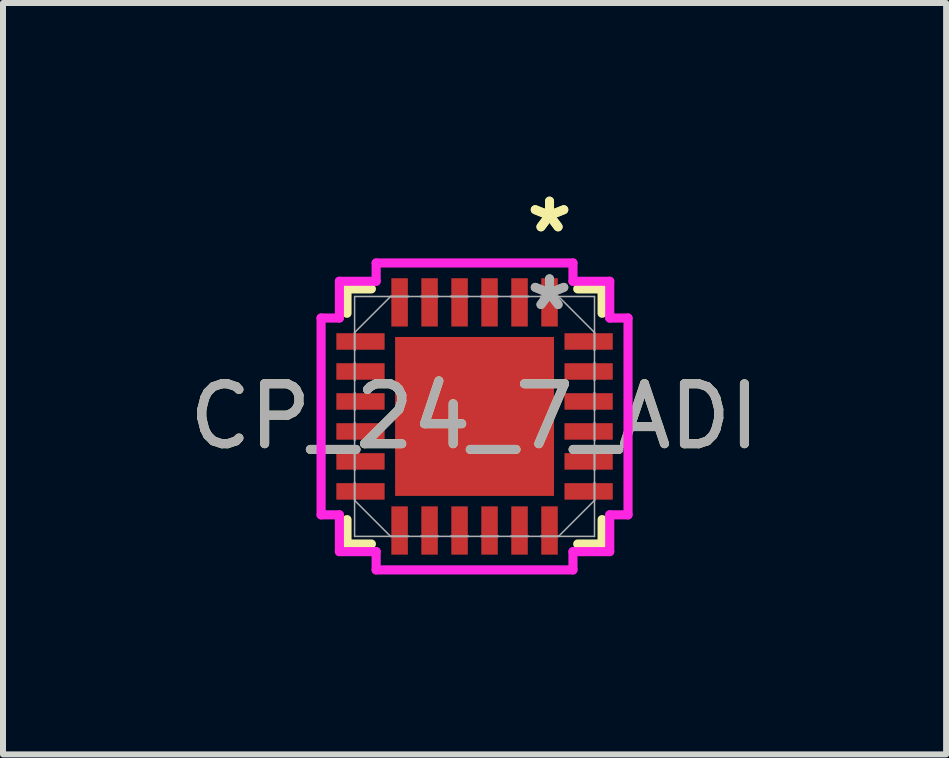
<source format=kicad_pcb>
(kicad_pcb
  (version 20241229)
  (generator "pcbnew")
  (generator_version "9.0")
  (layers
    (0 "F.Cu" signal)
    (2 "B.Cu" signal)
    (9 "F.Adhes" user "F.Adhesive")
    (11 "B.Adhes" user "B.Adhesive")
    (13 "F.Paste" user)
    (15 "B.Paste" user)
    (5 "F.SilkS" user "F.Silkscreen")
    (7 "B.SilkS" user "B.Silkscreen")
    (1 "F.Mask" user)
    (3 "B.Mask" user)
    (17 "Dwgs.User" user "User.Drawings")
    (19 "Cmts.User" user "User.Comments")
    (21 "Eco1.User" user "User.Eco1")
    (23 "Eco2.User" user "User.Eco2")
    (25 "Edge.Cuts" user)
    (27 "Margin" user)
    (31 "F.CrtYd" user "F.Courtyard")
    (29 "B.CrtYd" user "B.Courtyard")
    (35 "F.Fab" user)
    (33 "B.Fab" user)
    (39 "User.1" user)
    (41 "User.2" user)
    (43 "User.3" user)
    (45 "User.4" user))
  (footprint "CP_24_7_ADI"
    (layer "F.Cu")
    (at 4.863 3.894)
    (property "Reference" "CP_24_7_ADI" (at 0 0 0) (unlocked yes) (layer "F.SilkS") (effects (font (size 1 1) (thickness 0.15))))
    (attr smd)
    (fp_line (start -2.127 -2.127) (end -2.127 -1.72) (stroke (width 0.152) (type solid)) (layer "F.SilkS"))
    (fp_line (start -2.127 1.72) (end -2.127 2.127) (stroke (width 0.152) (type solid)) (layer "F.SilkS"))
    (fp_line (start -2.127 2.127) (end -1.72 2.127) (stroke (width 0.152) (type solid)) (layer "F.SilkS"))
    (fp_line (start -1.72 -2.127) (end -2.127 -2.127) (stroke (width 0.152) (type solid)) (layer "F.SilkS"))
    (fp_line (start 1.72 2.127) (end 2.127 2.127) (stroke (width 0.152) (type solid)) (layer "F.SilkS"))
    (fp_line (start 2.127 -2.127) (end 1.72 -2.127) (stroke (width 0.152) (type solid)) (layer "F.SilkS"))
    (fp_line (start 2.127 -1.72) (end 2.127 -2.127) (stroke (width 0.152) (type solid)) (layer "F.SilkS"))
    (fp_line (start 2.127 2.127) (end 2.127 1.72) (stroke (width 0.152) (type solid)) (layer "F.SilkS"))
    (fp_poly (pts (xy -1.225 -1.225) (xy -1.225 -0.1) (xy -0.1 -0.1) (xy -0.1 -1.225)) (stroke (width 0) (type solid)) (fill yes) (layer "F.Paste"))
    (fp_poly (pts (xy -1.225 0.1) (xy -1.225 1.225) (xy -0.1 1.225) (xy -0.1 0.1)) (stroke (width 0) (type solid)) (fill yes) (layer "F.Paste"))
    (fp_poly (pts (xy 0.1 -1.225) (xy 0.1 -0.1) (xy 1.225 -0.1) (xy 1.225 -1.225)) (stroke (width 0) (type solid)) (fill yes) (layer "F.Paste"))
    (fp_poly (pts (xy 0.1 0.1) (xy 0.1 1.225) (xy 1.225 1.225) (xy 1.225 0.1)) (stroke (width 0) (type solid)) (fill yes) (layer "F.Paste"))
    (fp_line (start -2.559 -1.641) (end -2.254 -1.641) (stroke (width 0.152) (type solid)) (layer "F.CrtYd"))
    (fp_line (start -2.559 1.641) (end -2.559 -1.641) (stroke (width 0.152) (type solid)) (layer "F.CrtYd"))
    (fp_line (start -2.254 -2.254) (end -1.641 -2.254) (stroke (width 0.152) (type solid)) (layer "F.CrtYd"))
    (fp_line (start -2.254 -1.641) (end -2.254 -2.254) (stroke (width 0.152) (type solid)) (layer "F.CrtYd"))
    (fp_line (start -2.254 1.641) (end -2.559 1.641) (stroke (width 0.152) (type solid)) (layer "F.CrtYd"))
    (fp_line (start -2.254 2.254) (end -2.254 1.641) (stroke (width 0.152) (type solid)) (layer "F.CrtYd"))
    (fp_line (start -1.641 -2.559) (end 1.641 -2.559) (stroke (width 0.152) (type solid)) (layer "F.CrtYd"))
    (fp_line (start -1.641 -2.254) (end -1.641 -2.559) (stroke (width 0.152) (type solid)) (layer "F.CrtYd"))
    (fp_line (start -1.641 2.254) (end -2.254 2.254) (stroke (width 0.152) (type solid)) (layer "F.CrtYd"))
    (fp_line (start -1.641 2.559) (end -1.641 2.254) (stroke (width 0.152) (type solid)) (layer "F.CrtYd"))
    (fp_line (start 1.641 -2.559) (end 1.641 -2.254) (stroke (width 0.152) (type solid)) (layer "F.CrtYd"))
    (fp_line (start 1.641 -2.254) (end 2.254 -2.254) (stroke (width 0.152) (type solid)) (layer "F.CrtYd"))
    (fp_line (start 1.641 2.254) (end 1.641 2.559) (stroke (width 0.152) (type solid)) (layer "F.CrtYd"))
    (fp_line (start 1.641 2.559) (end -1.641 2.559) (stroke (width 0.152) (type solid)) (layer "F.CrtYd"))
    (fp_line (start 2.254 -2.254) (end 2.254 -1.641) (stroke (width 0.152) (type solid)) (layer "F.CrtYd"))
    (fp_line (start 2.254 -1.641) (end 2.559 -1.641) (stroke (width 0.152) (type solid)) (layer "F.CrtYd"))
    (fp_line (start 2.254 1.641) (end 2.254 2.254) (stroke (width 0.152) (type solid)) (layer "F.CrtYd"))
    (fp_line (start 2.254 2.254) (end 1.641 2.254) (stroke (width 0.152) (type solid)) (layer "F.CrtYd"))
    (fp_line (start 2.559 -1.641) (end 2.559 1.641) (stroke (width 0.152) (type solid)) (layer "F.CrtYd"))
    (fp_line (start 2.559 1.641) (end 2.254 1.641) (stroke (width 0.152) (type solid)) (layer "F.CrtYd"))
    (fp_line (start -2 -2) (end -2 2) (stroke (width 0.025) (type solid)) (layer "F.Fab"))
    (fp_line (start -2 -1.4) (end -2 -1.4) (stroke (width 0.025) (type solid)) (layer "F.Fab"))
    (fp_line (start -2 -1.4) (end -2 -1.1) (stroke (width 0.025) (type solid)) (layer "F.Fab"))
    (fp_line (start -2 -1.4) (end -1.4 -2) (stroke (width 0.025) (type solid)) (layer "F.Fab"))
    (fp_line (start -2 -1.1) (end -2 -1.4) (stroke (width 0.025) (type solid)) (layer "F.Fab"))
    (fp_line (start -2 -1.1) (end -2 -1.1) (stroke (width 0.025) (type solid)) (layer "F.Fab"))
    (fp_line (start -2 -0.9) (end -2 -0.9) (stroke (width 0.025) (type solid)) (layer "F.Fab"))
    (fp_line (start -2 -0.9) (end -2 -0.6) (stroke (width 0.025) (type solid)) (layer "F.Fab"))
    (fp_line (start -2 -0.6) (end -2 -0.9) (stroke (width 0.025) (type solid)) (layer "F.Fab"))
    (fp_line (start -2 -0.6) (end -2 -0.6) (stroke (width 0.025) (type solid)) (layer "F.Fab"))
    (fp_line (start -2 -0.4) (end -2 -0.4) (stroke (width 0.025) (type solid)) (layer "F.Fab"))
    (fp_line (start -2 -0.4) (end -2 -0.1) (stroke (width 0.025) (type solid)) (layer "F.Fab"))
    (fp_line (start -2 -0.1) (end -2 -0.4) (stroke (width 0.025) (type solid)) (layer "F.Fab"))
    (fp_line (start -2 -0.1) (end -2 -0.1) (stroke (width 0.025) (type solid)) (layer "F.Fab"))
    (fp_line (start -2 0.1) (end -2 0.1) (stroke (width 0.025) (type solid)) (layer "F.Fab"))
    (fp_line (start -2 0.1) (end -2 0.4) (stroke (width 0.025) (type solid)) (layer "F.Fab"))
    (fp_line (start -2 0.4) (end -2 0.1) (stroke (width 0.025) (type solid)) (layer "F.Fab"))
    (fp_line (start -2 0.4) (end -2 0.4) (stroke (width 0.025) (type solid)) (layer "F.Fab"))
    (fp_line (start -2 0.6) (end -2 0.6) (stroke (width 0.025) (type solid)) (layer "F.Fab"))
    (fp_line (start -2 0.6) (end -2 0.9) (stroke (width 0.025) (type solid)) (layer "F.Fab"))
    (fp_line (start -2 0.9) (end -2 0.6) (stroke (width 0.025) (type solid)) (layer "F.Fab"))
    (fp_line (start -2 0.9) (end -2 0.9) (stroke (width 0.025) (type solid)) (layer "F.Fab"))
    (fp_line (start -2 1.1) (end -2 1.1) (stroke (width 0.025) (type solid)) (layer "F.Fab"))
    (fp_line (start -2 1.1) (end -2 1.4) (stroke (width 0.025) (type solid)) (layer "F.Fab"))
    (fp_line (start -2 1.4) (end -2 1.1) (stroke (width 0.025) (type solid)) (layer "F.Fab"))
    (fp_line (start -2 1.4) (end -2 1.4) (stroke (width 0.025) (type solid)) (layer "F.Fab"))
    (fp_line (start -2 2) (end 2 2) (stroke (width 0.025) (type solid)) (layer "F.Fab"))
    (fp_line (start -1.4 -2) (end -1.4 -2) (stroke (width 0.025) (type solid)) (layer "F.Fab"))
    (fp_line (start -1.4 -2) (end -1.1 -2) (stroke (width 0.025) (type solid)) (layer "F.Fab"))
    (fp_line (start -1.4 2) (end -2 1.4) (stroke (width 0.025) (type solid)) (layer "F.Fab"))
    (fp_line (start -1.4 2) (end -1.4 2) (stroke (width 0.025) (type solid)) (layer "F.Fab"))
    (fp_line (start -1.4 2) (end -1.1 2) (stroke (width 0.025) (type solid)) (layer "F.Fab"))
    (fp_line (start -1.1 -2) (end -1.4 -2) (stroke (width 0.025) (type solid)) (layer "F.Fab"))
    (fp_line (start -1.1 -2) (end -1.1 -2) (stroke (width 0.025) (type solid)) (layer "F.Fab"))
    (fp_line (start -1.1 2) (end -1.4 2) (stroke (width 0.025) (type solid)) (layer "F.Fab"))
    (fp_line (start -1.1 2) (end -1.1 2) (stroke (width 0.025) (type solid)) (layer "F.Fab"))
    (fp_line (start -0.9 -2) (end -0.9 -2) (stroke (width 0.025) (type solid)) (layer "F.Fab"))
    (fp_line (start -0.9 -2) (end -0.6 -2) (stroke (width 0.025) (type solid)) (layer "F.Fab"))
    (fp_line (start -0.9 2) (end -0.9 2) (stroke (width 0.025) (type solid)) (layer "F.Fab"))
    (fp_line (start -0.9 2) (end -0.6 2) (stroke (width 0.025) (type solid)) (layer "F.Fab"))
    (fp_line (start -0.6 -2) (end -0.9 -2) (stroke (width 0.025) (type solid)) (layer "F.Fab"))
    (fp_line (start -0.6 -2) (end -0.6 -2) (stroke (width 0.025) (type solid)) (layer "F.Fab"))
    (fp_line (start -0.6 2) (end -0.9 2) (stroke (width 0.025) (type solid)) (layer "F.Fab"))
    (fp_line (start -0.6 2) (end -0.6 2) (stroke (width 0.025) (type solid)) (layer "F.Fab"))
    (fp_line (start -0.4 -2) (end -0.4 -2) (stroke (width 0.025) (type solid)) (layer "F.Fab"))
    (fp_line (start -0.4 -2) (end -0.1 -2) (stroke (width 0.025) (type solid)) (layer "F.Fab"))
    (fp_line (start -0.4 2) (end -0.4 2) (stroke (width 0.025) (type solid)) (layer "F.Fab"))
    (fp_line (start -0.4 2) (end -0.1 2) (stroke (width 0.025) (type solid)) (layer "F.Fab"))
    (fp_line (start -0.1 -2) (end -0.4 -2) (stroke (width 0.025) (type solid)) (layer "F.Fab"))
    (fp_line (start -0.1 -2) (end -0.1 -2) (stroke (width 0.025) (type solid)) (layer "F.Fab"))
    (fp_line (start -0.1 2) (end -0.4 2) (stroke (width 0.025) (type solid)) (layer "F.Fab"))
    (fp_line (start -0.1 2) (end -0.1 2) (stroke (width 0.025) (type solid)) (layer "F.Fab"))
    (fp_line (start 0.1 -2) (end 0.1 -2) (stroke (width 0.025) (type solid)) (layer "F.Fab"))
    (fp_line (start 0.1 -2) (end 0.4 -2) (stroke (width 0.025) (type solid)) (layer "F.Fab"))
    (fp_line (start 0.1 2) (end 0.1 2) (stroke (width 0.025) (type solid)) (layer "F.Fab"))
    (fp_line (start 0.1 2) (end 0.4 2) (stroke (width 0.025) (type solid)) (layer "F.Fab"))
    (fp_line (start 0.4 -2) (end 0.1 -2) (stroke (width 0.025) (type solid)) (layer "F.Fab"))
    (fp_line (start 0.4 -2) (end 0.4 -2) (stroke (width 0.025) (type solid)) (layer "F.Fab"))
    (fp_line (start 0.4 2) (end 0.1 2) (stroke (width 0.025) (type solid)) (layer "F.Fab"))
    (fp_line (start 0.4 2) (end 0.4 2) (stroke (width 0.025) (type solid)) (layer "F.Fab"))
    (fp_line (start 0.6 -2) (end 0.6 -2) (stroke (width 0.025) (type solid)) (layer "F.Fab"))
    (fp_line (start 0.6 -2) (end 0.9 -2) (stroke (width 0.025) (type solid)) (layer "F.Fab"))
    (fp_line (start 0.6 2) (end 0.6 2) (stroke (width 0.025) (type solid)) (layer "F.Fab"))
    (fp_line (start 0.6 2) (end 0.9 2) (stroke (width 0.025) (type solid)) (layer "F.Fab"))
    (fp_line (start 0.9 -2) (end 0.6 -2) (stroke (width 0.025) (type solid)) (layer "F.Fab"))
    (fp_line (start 0.9 -2) (end 0.9 -2) (stroke (width 0.025) (type solid)) (layer "F.Fab"))
    (fp_line (start 0.9 2) (end 0.6 2) (stroke (width 0.025) (type solid)) (layer "F.Fab"))
    (fp_line (start 0.9 2) (end 0.9 2) (stroke (width 0.025) (type solid)) (layer "F.Fab"))
    (fp_line (start 1.1 -2) (end 1.1 -2) (stroke (width 0.025) (type solid)) (layer "F.Fab"))
    (fp_line (start 1.1 -2) (end 1.4 -2) (stroke (width 0.025) (type solid)) (layer "F.Fab"))
    (fp_line (start 1.1 2) (end 1.1 2) (stroke (width 0.025) (type solid)) (layer "F.Fab"))
    (fp_line (start 1.1 2) (end 1.4 2) (stroke (width 0.025) (type solid)) (layer "F.Fab"))
    (fp_line (start 1.4 -2) (end 1.1 -2) (stroke (width 0.025) (type solid)) (layer "F.Fab"))
    (fp_line (start 1.4 -2) (end 1.4 -2) (stroke (width 0.025) (type solid)) (layer "F.Fab"))
    (fp_line (start 1.4 -2) (end 2 -1.4) (stroke (width 0.025) (type solid)) (layer "F.Fab"))
    (fp_line (start 1.4 2) (end 1.1 2) (stroke (width 0.025) (type solid)) (layer "F.Fab"))
    (fp_line (start 1.4 2) (end 1.4 2) (stroke (width 0.025) (type solid)) (layer "F.Fab"))
    (fp_line (start 1.4 2) (end 2 1.4) (stroke (width 0.025) (type solid)) (layer "F.Fab"))
    (fp_line (start 2 -2) (end -2 -2) (stroke (width 0.025) (type solid)) (layer "F.Fab"))
    (fp_line (start 2 -1.4) (end 2 -1.4) (stroke (width 0.025) (type solid)) (layer "F.Fab"))
    (fp_line (start 2 -1.4) (end 2 -1.1) (stroke (width 0.025) (type solid)) (layer "F.Fab"))
    (fp_line (start 2 -1.1) (end 2 -1.4) (stroke (width 0.025) (type solid)) (layer "F.Fab"))
    (fp_line (start 2 -1.1) (end 2 -1.1) (stroke (width 0.025) (type solid)) (layer "F.Fab"))
    (fp_line (start 2 -0.9) (end 2 -0.9) (stroke (width 0.025) (type solid)) (layer "F.Fab"))
    (fp_line (start 2 -0.9) (end 2 -0.6) (stroke (width 0.025) (type solid)) (layer "F.Fab"))
    (fp_line (start 2 -0.6) (end 2 -0.9) (stroke (width 0.025) (type solid)) (layer "F.Fab"))
    (fp_line (start 2 -0.6) (end 2 -0.6) (stroke (width 0.025) (type solid)) (layer "F.Fab"))
    (fp_line (start 2 -0.4) (end 2 -0.4) (stroke (width 0.025) (type solid)) (layer "F.Fab"))
    (fp_line (start 2 -0.4) (end 2 -0.1) (stroke (width 0.025) (type solid)) (layer "F.Fab"))
    (fp_line (start 2 -0.1) (end 2 -0.4) (stroke (width 0.025) (type solid)) (layer "F.Fab"))
    (fp_line (start 2 -0.1) (end 2 -0.1) (stroke (width 0.025) (type solid)) (layer "F.Fab"))
    (fp_line (start 2 0.1) (end 2 0.1) (stroke (width 0.025) (type solid)) (layer "F.Fab"))
    (fp_line (start 2 0.1) (end 2 0.4) (stroke (width 0.025) (type solid)) (layer "F.Fab"))
    (fp_line (start 2 0.4) (end 2 0.1) (stroke (width 0.025) (type solid)) (layer "F.Fab"))
    (fp_line (start 2 0.4) (end 2 0.4) (stroke (width 0.025) (type solid)) (layer "F.Fab"))
    (fp_line (start 2 0.6) (end 2 0.6) (stroke (width 0.025) (type solid)) (layer "F.Fab"))
    (fp_line (start 2 0.6) (end 2 0.9) (stroke (width 0.025) (type solid)) (layer "F.Fab"))
    (fp_line (start 2 0.9) (end 2 0.6) (stroke (width 0.025) (type solid)) (layer "F.Fab"))
    (fp_line (start 2 0.9) (end 2 0.9) (stroke (width 0.025) (type solid)) (layer "F.Fab"))
    (fp_line (start 2 1.1) (end 2 1.1) (stroke (width 0.025) (type solid)) (layer "F.Fab"))
    (fp_line (start 2 1.1) (end 2 1.4) (stroke (width 0.025) (type solid)) (layer "F.Fab"))
    (fp_line (start 2 1.4) (end 2 1.1) (stroke (width 0.025) (type solid)) (layer "F.Fab"))
    (fp_line (start 2 1.4) (end 2 1.4) (stroke (width 0.025) (type solid)) (layer "F.Fab"))
    (fp_line (start 2 2) (end 2 -2) (stroke (width 0.025) (type solid)) (layer "F.Fab"))
    (fp_text user "*" (at 1.25 -3.045 0) (unlocked yes) (layer "F.SilkS") (effects (font (size 1 1) (thickness 0.15))))
    (fp_text user "*" (at 1.25 -3.045 0) (layer "F.SilkS") (effects (font (size 1 1) (thickness 0.15))))
    (fp_text user "*" (at 1.25 -1.75 0) (layer "F.Fab") (effects (font (size 1 1) (thickness 0.15))))
    (fp_text user "${REFERENCE}" (at 0 0 0) (unlocked yes) (layer "F.Fab") (effects (font (size 1 1) (thickness 0.15))))
    (fp_text user "*" (at 1.25 -1.75 0) (unlocked yes) (layer "F.Fab") (effects (font (size 1 1) (thickness 0.15))))
    (pad "1" smd rect (at 1.25 -1.902) (size 0.275 0.805) (layers "F.Cu" "F.Mask" "F.Paste"))
    (pad "2" smd rect (at 0.75 -1.902) (size 0.275 0.805) (layers "F.Cu" "F.Mask" "F.Paste"))
    (pad "3" smd rect (at 0.25 -1.902) (size 0.275 0.805) (layers "F.Cu" "F.Mask" "F.Paste"))
    (pad "4" smd rect (at -0.25 -1.902) (size 0.275 0.805) (layers "F.Cu" "F.Mask" "F.Paste"))
    (pad "5" smd rect (at -0.75 -1.902) (size 0.275 0.805) (layers "F.Cu" "F.Mask" "F.Paste"))
    (pad "6" smd rect (at -1.25 -1.902) (size 0.275 0.805) (layers "F.Cu" "F.Mask" "F.Paste"))
    (pad "7" smd rect (at -1.902 -1.25 90) (size 0.275 0.805) (layers "F.Cu" "F.Mask" "F.Paste"))
    (pad "8" smd rect (at -1.902 -0.75 90) (size 0.275 0.805) (layers "F.Cu" "F.Mask" "F.Paste"))
    (pad "9" smd rect (at -1.902 -0.25 90) (size 0.275 0.805) (layers "F.Cu" "F.Mask" "F.Paste"))
    (pad "10" smd rect (at -1.902 0.25 90) (size 0.275 0.805) (layers "F.Cu" "F.Mask" "F.Paste"))
    (pad "11" smd rect (at -1.902 0.75 90) (size 0.275 0.805) (layers "F.Cu" "F.Mask" "F.Paste"))
    (pad "12" smd rect (at -1.902 1.25 90) (size 0.275 0.805) (layers "F.Cu" "F.Mask" "F.Paste"))
    (pad "13" smd rect (at -1.25 1.902) (size 0.275 0.805) (layers "F.Cu" "F.Mask" "F.Paste"))
    (pad "14" smd rect (at -0.75 1.902) (size 0.275 0.805) (layers "F.Cu" "F.Mask" "F.Paste"))
    (pad "15" smd rect (at -0.25 1.902) (size 0.275 0.805) (layers "F.Cu" "F.Mask" "F.Paste"))
    (pad "16" smd rect (at 0.25 1.902) (size 0.275 0.805) (layers "F.Cu" "F.Mask" "F.Paste"))
    (pad "17" smd rect (at 0.75 1.902) (size 0.275 0.805) (layers "F.Cu" "F.Mask" "F.Paste"))
    (pad "18" smd rect (at 1.25 1.902) (size 0.275 0.805) (layers "F.Cu" "F.Mask" "F.Paste"))
    (pad "19" smd rect (at 1.902 1.25 90) (size 0.275 0.805) (layers "F.Cu" "F.Mask" "F.Paste"))
    (pad "20" smd rect (at 1.902 0.75 90) (size 0.275 0.805) (layers "F.Cu" "F.Mask" "F.Paste"))
    (pad "21" smd rect (at 1.902 0.25 90) (size 0.275 0.805) (layers "F.Cu" "F.Mask" "F.Paste"))
    (pad "22" smd rect (at 1.902 -0.25 90) (size 0.275 0.805) (layers "F.Cu" "F.Mask" "F.Paste"))
    (pad "23" smd rect (at 1.902 -0.75 90) (size 0.275 0.805) (layers "F.Cu" "F.Mask" "F.Paste"))
    (pad "24" smd rect (at 1.902 -1.25 90) (size 0.275 0.805) (layers "F.Cu" "F.Mask" "F.Paste"))
    (pad "HTAB" smd rect (at 0 0) (size 2.65 2.65) (layers "F.Cu" "F.Mask" "F.Paste")))
  (gr_rect
    (start -3 -3)
    (end 12.726 9.529)
    (stroke (width 0.1) (type default))
    (fill no)
    (layer "Edge.Cuts")))
</source>
